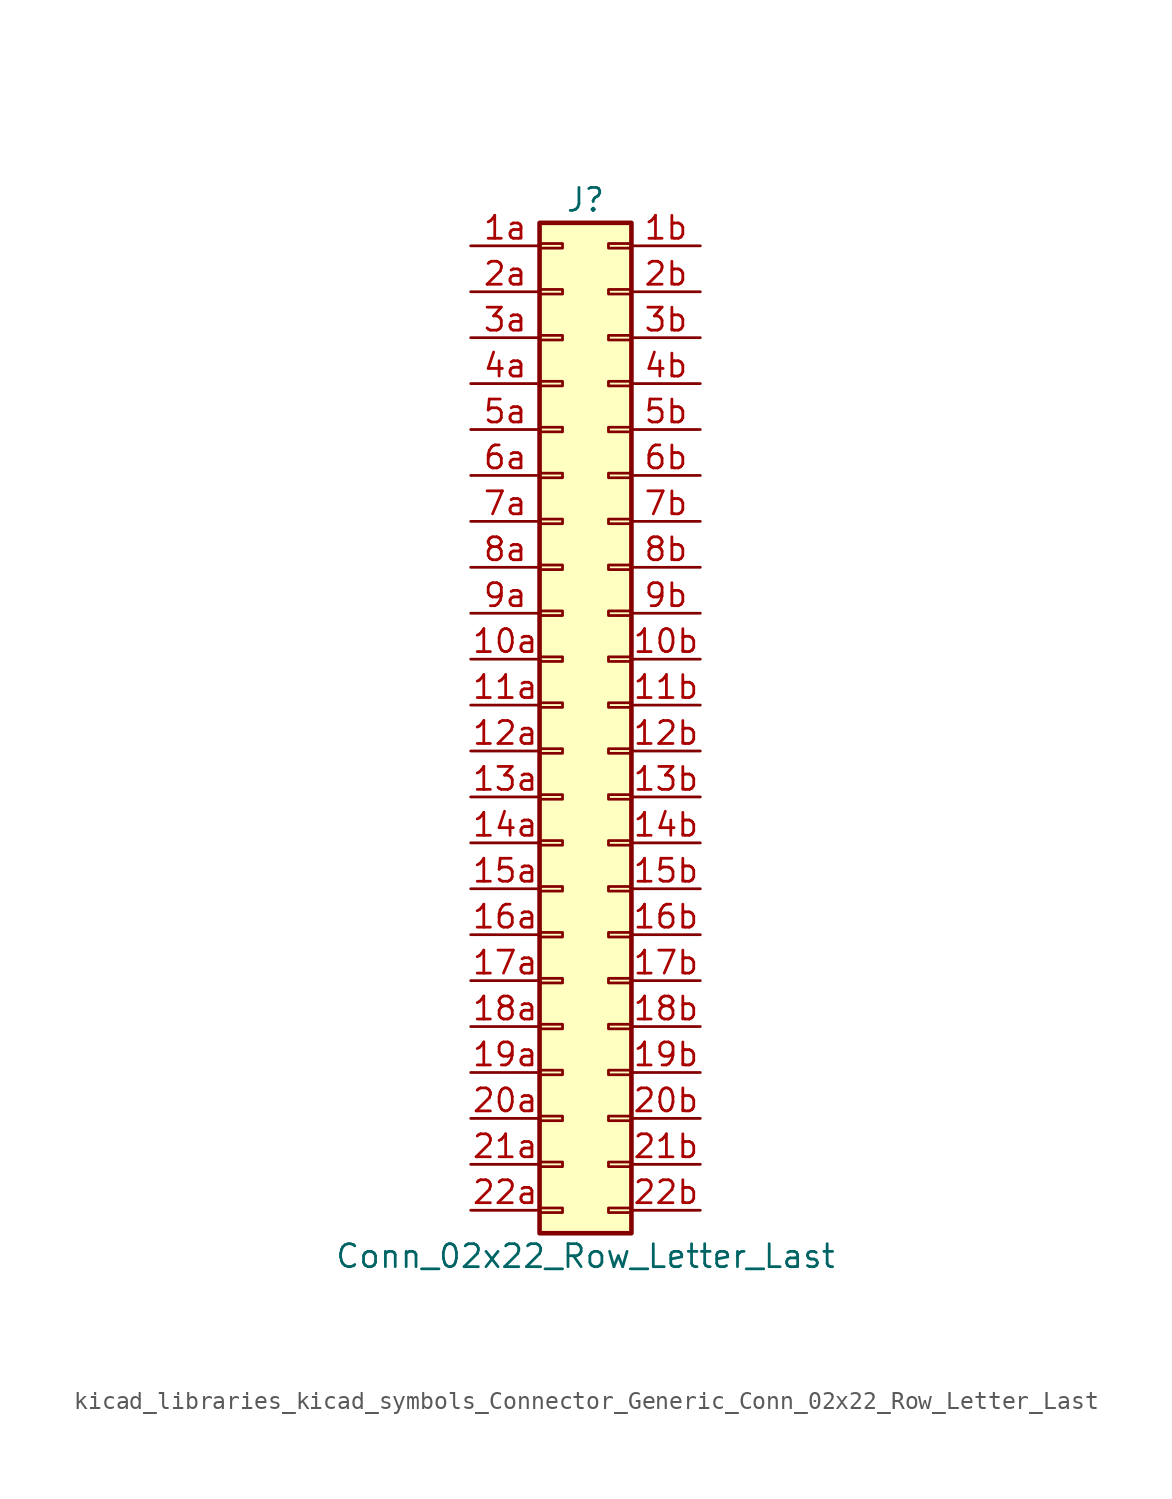
<source format=kicad_sym>
(kicad_symbol_lib
  (version 20220914)
  (generator kicad_symbol_editor)
  (symbol "kicad_libraries_kicad_symbols_Connector_Generic_Conn_02x22_Row_Letter_Last"
    (pin_names
      (offset 1.016) hide)
    (property "Reference" "J"
      (at 1.27 27.94 0)
      (effects (font (size 1.27 1.27))))
    (property "Value" "Conn_02x22_Row_Letter_Last"
      (at 1.27 -30.48 0)
      (effects (font (size 1.27 1.27))))
    (symbol "kicad_libraries_kicad_symbols_Connector_Generic_Conn_02x22_Row_Letter_Last_1_1"
      (rectangle (start -1.27 -27.813) (end 0 -28.067) (stroke (width 0.152) (type default)) (fill (type none)))
      (rectangle (start -1.27 -25.273) (end 0 -25.527) (stroke (width 0.152) (type default)) (fill (type none)))
      (rectangle (start -1.27 -22.733) (end 0 -22.987) (stroke (width 0.152) (type default)) (fill (type none)))
      (rectangle (start -1.27 -20.193) (end 0 -20.447) (stroke (width 0.152) (type default)) (fill (type none)))
      (rectangle (start -1.27 -17.653) (end 0 -17.907) (stroke (width 0.152) (type default)) (fill (type none)))
      (rectangle (start -1.27 -15.113) (end 0 -15.367) (stroke (width 0.152) (type default)) (fill (type none)))
      (rectangle (start -1.27 -12.573) (end 0 -12.827) (stroke (width 0.152) (type default)) (fill (type none)))
      (rectangle (start -1.27 -10.033) (end 0 -10.287) (stroke (width 0.152) (type default)) (fill (type none)))
      (rectangle (start -1.27 -7.493) (end 0 -7.747) (stroke (width 0.152) (type default)) (fill (type none)))
      (rectangle (start -1.27 -4.953) (end 0 -5.207) (stroke (width 0.152) (type default)) (fill (type none)))
      (rectangle (start -1.27 -2.413) (end 0 -2.667) (stroke (width 0.152) (type default)) (fill (type none)))
      (rectangle (start -1.27 0.127) (end 0 -0.127) (stroke (width 0.152) (type default)) (fill (type none)))
      (rectangle (start -1.27 2.667) (end 0 2.413) (stroke (width 0.152) (type default)) (fill (type none)))
      (rectangle (start -1.27 5.207) (end 0 4.953) (stroke (width 0.152) (type default)) (fill (type none)))
      (rectangle (start -1.27 7.747) (end 0 7.493) (stroke (width 0.152) (type default)) (fill (type none)))
      (rectangle (start -1.27 10.287) (end 0 10.033) (stroke (width 0.152) (type default)) (fill (type none)))
      (rectangle (start -1.27 12.827) (end 0 12.573) (stroke (width 0.152) (type default)) (fill (type none)))
      (rectangle (start -1.27 15.367) (end 0 15.113) (stroke (width 0.152) (type default)) (fill (type none)))
      (rectangle (start -1.27 17.907) (end 0 17.653) (stroke (width 0.152) (type default)) (fill (type none)))
      (rectangle (start -1.27 20.447) (end 0 20.193) (stroke (width 0.152) (type default)) (fill (type none)))
      (rectangle (start -1.27 22.987) (end 0 22.733) (stroke (width 0.152) (type default)) (fill (type none)))
      (rectangle (start -1.27 25.527) (end 0 25.273) (stroke (width 0.152) (type default)) (fill (type none)))
      (rectangle (start -1.27 26.67) (end 3.81 -29.21) (stroke (width 0.254) (type default)) (fill (type background)))
      (rectangle (start 3.81 -27.813) (end 2.54 -28.067) (stroke (width 0.152) (type default)) (fill (type none)))
      (rectangle (start 3.81 -25.273) (end 2.54 -25.527) (stroke (width 0.152) (type default)) (fill (type none)))
      (rectangle (start 3.81 -22.733) (end 2.54 -22.987) (stroke (width 0.152) (type default)) (fill (type none)))
      (rectangle (start 3.81 -20.193) (end 2.54 -20.447) (stroke (width 0.152) (type default)) (fill (type none)))
      (rectangle (start 3.81 -17.653) (end 2.54 -17.907) (stroke (width 0.152) (type default)) (fill (type none)))
      (rectangle (start 3.81 -15.113) (end 2.54 -15.367) (stroke (width 0.152) (type default)) (fill (type none)))
      (rectangle (start 3.81 -12.573) (end 2.54 -12.827) (stroke (width 0.152) (type default)) (fill (type none)))
      (rectangle (start 3.81 -10.033) (end 2.54 -10.287) (stroke (width 0.152) (type default)) (fill (type none)))
      (rectangle (start 3.81 -7.493) (end 2.54 -7.747) (stroke (width 0.152) (type default)) (fill (type none)))
      (rectangle (start 3.81 -4.953) (end 2.54 -5.207) (stroke (width 0.152) (type default)) (fill (type none)))
      (rectangle (start 3.81 -2.413) (end 2.54 -2.667) (stroke (width 0.152) (type default)) (fill (type none)))
      (rectangle (start 3.81 0.127) (end 2.54 -0.127) (stroke (width 0.152) (type default)) (fill (type none)))
      (rectangle (start 3.81 2.667) (end 2.54 2.413) (stroke (width 0.152) (type default)) (fill (type none)))
      (rectangle (start 3.81 5.207) (end 2.54 4.953) (stroke (width 0.152) (type default)) (fill (type none)))
      (rectangle (start 3.81 7.747) (end 2.54 7.493) (stroke (width 0.152) (type default)) (fill (type none)))
      (rectangle (start 3.81 10.287) (end 2.54 10.033) (stroke (width 0.152) (type default)) (fill (type none)))
      (rectangle (start 3.81 12.827) (end 2.54 12.573) (stroke (width 0.152) (type default)) (fill (type none)))
      (rectangle (start 3.81 15.367) (end 2.54 15.113) (stroke (width 0.152) (type default)) (fill (type none)))
      (rectangle (start 3.81 17.907) (end 2.54 17.653) (stroke (width 0.152) (type default)) (fill (type none)))
      (rectangle (start 3.81 20.447) (end 2.54 20.193) (stroke (width 0.152) (type default)) (fill (type none)))
      (rectangle (start 3.81 22.987) (end 2.54 22.733) (stroke (width 0.152) (type default)) (fill (type none)))
      (rectangle (start 3.81 25.527) (end 2.54 25.273) (stroke (width 0.152) (type default)) (fill (type none)))
      (pin passive line (at -5.08 2.54 0) (length 3.81) (name "Pin_10a" (effects (font (size 1.27 1.27)))) (number "10a" (effects (font (size 1.27 1.27)))))
      (pin passive line (at 7.62 2.54 180) (length 3.81) (name "Pin_10b" (effects (font (size 1.27 1.27)))) (number "10b" (effects (font (size 1.27 1.27)))))
      (pin passive line (at -5.08 0 0) (length 3.81) (name "Pin_11a" (effects (font (size 1.27 1.27)))) (number "11a" (effects (font (size 1.27 1.27)))))
      (pin passive line (at 7.62 0 180) (length 3.81) (name "Pin_11b" (effects (font (size 1.27 1.27)))) (number "11b" (effects (font (size 1.27 1.27)))))
      (pin passive line (at -5.08 -2.54 0) (length 3.81) (name "Pin_12a" (effects (font (size 1.27 1.27)))) (number "12a" (effects (font (size 1.27 1.27)))))
      (pin passive line (at 7.62 -2.54 180) (length 3.81) (name "Pin_12b" (effects (font (size 1.27 1.27)))) (number "12b" (effects (font (size 1.27 1.27)))))
      (pin passive line (at -5.08 -5.08 0) (length 3.81) (name "Pin_13a" (effects (font (size 1.27 1.27)))) (number "13a" (effects (font (size 1.27 1.27)))))
      (pin passive line (at 7.62 -5.08 180) (length 3.81) (name "Pin_13b" (effects (font (size 1.27 1.27)))) (number "13b" (effects (font (size 1.27 1.27)))))
      (pin passive line (at -5.08 -7.62 0) (length 3.81) (name "Pin_14a" (effects (font (size 1.27 1.27)))) (number "14a" (effects (font (size 1.27 1.27)))))
      (pin passive line (at 7.62 -7.62 180) (length 3.81) (name "Pin_14b" (effects (font (size 1.27 1.27)))) (number "14b" (effects (font (size 1.27 1.27)))))
      (pin passive line (at -5.08 -10.16 0) (length 3.81) (name "Pin_15a" (effects (font (size 1.27 1.27)))) (number "15a" (effects (font (size 1.27 1.27)))))
      (pin passive line (at 7.62 -10.16 180) (length 3.81) (name "Pin_15b" (effects (font (size 1.27 1.27)))) (number "15b" (effects (font (size 1.27 1.27)))))
      (pin passive line (at -5.08 -12.7 0) (length 3.81) (name "Pin_16a" (effects (font (size 1.27 1.27)))) (number "16a" (effects (font (size 1.27 1.27)))))
      (pin passive line (at 7.62 -12.7 180) (length 3.81) (name "Pin_16b" (effects (font (size 1.27 1.27)))) (number "16b" (effects (font (size 1.27 1.27)))))
      (pin passive line (at -5.08 -15.24 0) (length 3.81) (name "Pin_17a" (effects (font (size 1.27 1.27)))) (number "17a" (effects (font (size 1.27 1.27)))))
      (pin passive line (at 7.62 -15.24 180) (length 3.81) (name "Pin_17b" (effects (font (size 1.27 1.27)))) (number "17b" (effects (font (size 1.27 1.27)))))
      (pin passive line (at -5.08 -17.78 0) (length 3.81) (name "Pin_18a" (effects (font (size 1.27 1.27)))) (number "18a" (effects (font (size 1.27 1.27)))))
      (pin passive line (at 7.62 -17.78 180) (length 3.81) (name "Pin_18b" (effects (font (size 1.27 1.27)))) (number "18b" (effects (font (size 1.27 1.27)))))
      (pin passive line (at -5.08 -20.32 0) (length 3.81) (name "Pin_19a" (effects (font (size 1.27 1.27)))) (number "19a" (effects (font (size 1.27 1.27)))))
      (pin passive line (at 7.62 -20.32 180) (length 3.81) (name "Pin_19b" (effects (font (size 1.27 1.27)))) (number "19b" (effects (font (size 1.27 1.27)))))
      (pin passive line (at -5.08 25.4 0) (length 3.81) (name "Pin_1a" (effects (font (size 1.27 1.27)))) (number "1a" (effects (font (size 1.27 1.27)))))
      (pin passive line (at 7.62 25.4 180) (length 3.81) (name "Pin_1b" (effects (font (size 1.27 1.27)))) (number "1b" (effects (font (size 1.27 1.27)))))
      (pin passive line (at -5.08 -22.86 0) (length 3.81) (name "Pin_20a" (effects (font (size 1.27 1.27)))) (number "20a" (effects (font (size 1.27 1.27)))))
      (pin passive line (at 7.62 -22.86 180) (length 3.81) (name "Pin_20b" (effects (font (size 1.27 1.27)))) (number "20b" (effects (font (size 1.27 1.27)))))
      (pin passive line (at -5.08 -25.4 0) (length 3.81) (name "Pin_21a" (effects (font (size 1.27 1.27)))) (number "21a" (effects (font (size 1.27 1.27)))))
      (pin passive line (at 7.62 -25.4 180) (length 3.81) (name "Pin_21b" (effects (font (size 1.27 1.27)))) (number "21b" (effects (font (size 1.27 1.27)))))
      (pin passive line (at -5.08 -27.94 0) (length 3.81) (name "Pin_22a" (effects (font (size 1.27 1.27)))) (number "22a" (effects (font (size 1.27 1.27)))))
      (pin passive line (at 7.62 -27.94 180) (length 3.81) (name "Pin_22b" (effects (font (size 1.27 1.27)))) (number "22b" (effects (font (size 1.27 1.27)))))
      (pin passive line (at -5.08 22.86 0) (length 3.81) (name "Pin_2a" (effects (font (size 1.27 1.27)))) (number "2a" (effects (font (size 1.27 1.27)))))
      (pin passive line (at 7.62 22.86 180) (length 3.81) (name "Pin_2b" (effects (font (size 1.27 1.27)))) (number "2b" (effects (font (size 1.27 1.27)))))
      (pin passive line (at -5.08 20.32 0) (length 3.81) (name "Pin_3a" (effects (font (size 1.27 1.27)))) (number "3a" (effects (font (size 1.27 1.27)))))
      (pin passive line (at 7.62 20.32 180) (length 3.81) (name "Pin_3b" (effects (font (size 1.27 1.27)))) (number "3b" (effects (font (size 1.27 1.27)))))
      (pin passive line (at -5.08 17.78 0) (length 3.81) (name "Pin_4a" (effects (font (size 1.27 1.27)))) (number "4a" (effects (font (size 1.27 1.27)))))
      (pin passive line (at 7.62 17.78 180) (length 3.81) (name "Pin_4b" (effects (font (size 1.27 1.27)))) (number "4b" (effects (font (size 1.27 1.27)))))
      (pin passive line (at -5.08 15.24 0) (length 3.81) (name "Pin_5a" (effects (font (size 1.27 1.27)))) (number "5a" (effects (font (size 1.27 1.27)))))
      (pin passive line (at 7.62 15.24 180) (length 3.81) (name "Pin_5b" (effects (font (size 1.27 1.27)))) (number "5b" (effects (font (size 1.27 1.27)))))
      (pin passive line (at -5.08 12.7 0) (length 3.81) (name "Pin_6a" (effects (font (size 1.27 1.27)))) (number "6a" (effects (font (size 1.27 1.27)))))
      (pin passive line (at 7.62 12.7 180) (length 3.81) (name "Pin_6b" (effects (font (size 1.27 1.27)))) (number "6b" (effects (font (size 1.27 1.27)))))
      (pin passive line (at -5.08 10.16 0) (length 3.81) (name "Pin_7a" (effects (font (size 1.27 1.27)))) (number "7a" (effects (font (size 1.27 1.27)))))
      (pin passive line (at 7.62 10.16 180) (length 3.81) (name "Pin_7b" (effects (font (size 1.27 1.27)))) (number "7b" (effects (font (size 1.27 1.27)))))
      (pin passive line (at -5.08 7.62 0) (length 3.81) (name "Pin_8a" (effects (font (size 1.27 1.27)))) (number "8a" (effects (font (size 1.27 1.27)))))
      (pin passive line (at 7.62 7.62 180) (length 3.81) (name "Pin_8b" (effects (font (size 1.27 1.27)))) (number "8b" (effects (font (size 1.27 1.27)))))
      (pin passive line (at -5.08 5.08 0) (length 3.81) (name "Pin_9a" (effects (font (size 1.27 1.27)))) (number "9a" (effects (font (size 1.27 1.27)))))
      (pin passive line (at 7.62 5.08 180) (length 3.81) (name "Pin_9b" (effects (font (size 1.27 1.27)))) (number "9b" (effects (font (size 1.27 1.27))))))))
</source>
